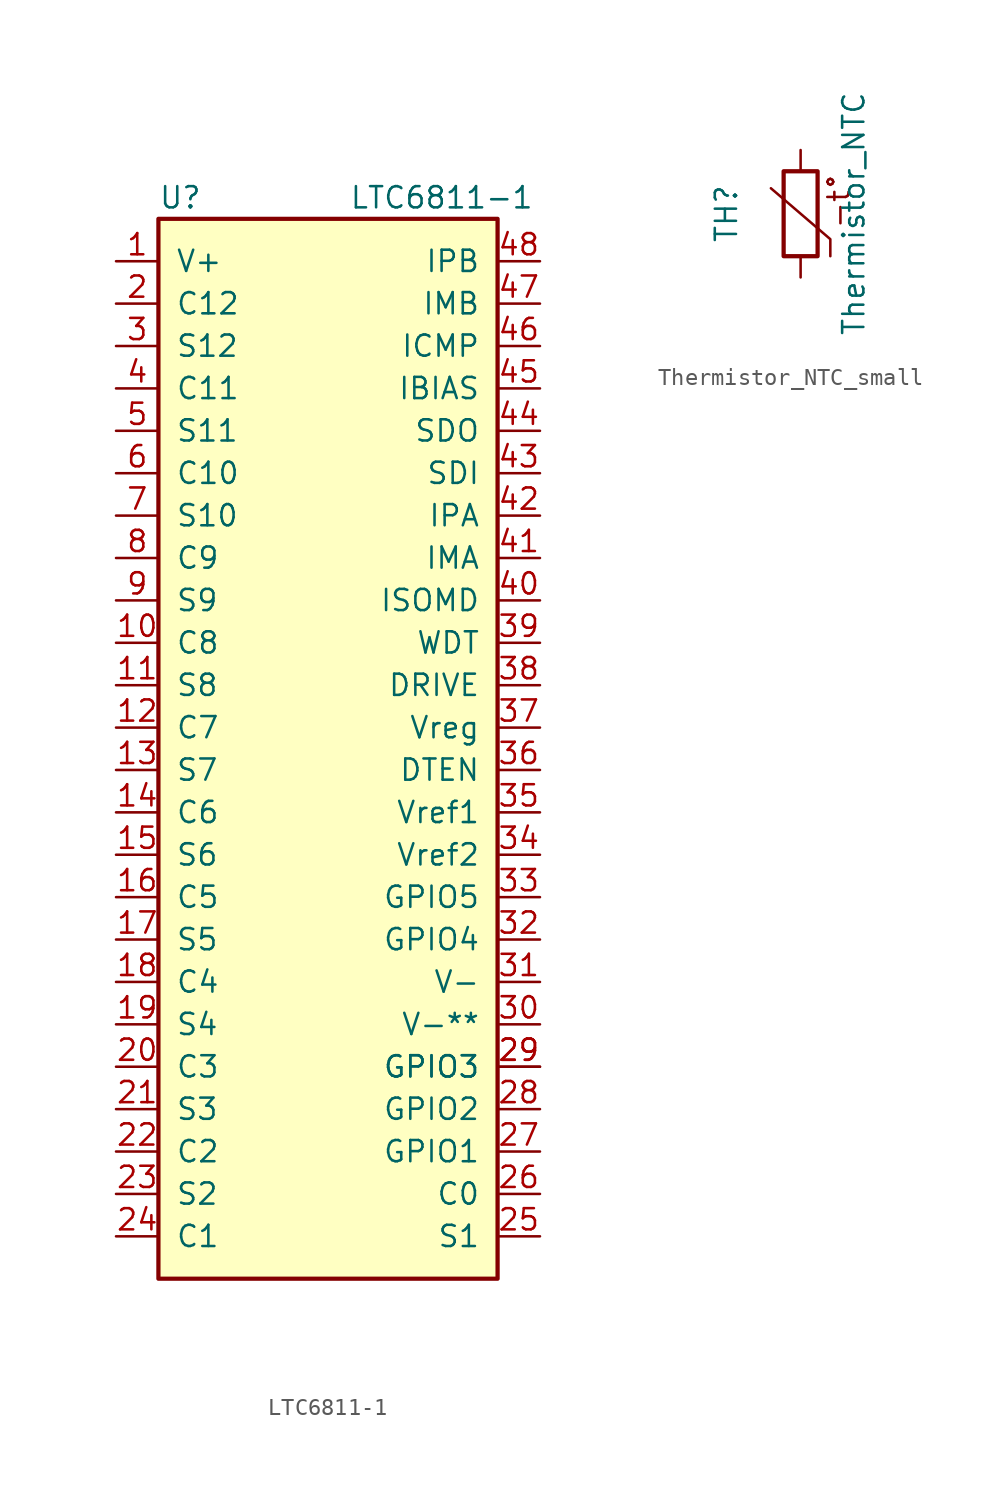
<source format=kicad_sym>
(kicad_symbol_lib
  (version 20231120)
  (generator "kicad_symbol_editor")
  (generator_version "8.0")
  (symbol "LTC6811-1"
    (pin_names
      (offset 1.016))
    (property "Reference" "U"
      (at -10.16 34.29 0)
      (effects (font (size 1.27 1.27)) (justify left)))
    (property "Value" "LTC6811-1"
      (at 1.27 34.29 0)
      (effects (font (size 1.27 1.27)) (justify left)))
    (symbol "LTC6811-1_0_1"
      (rectangle (start 10.16 -30.48) (end -10.16 33.02) (stroke (width 0.254) (type solid)) (fill (type background))))
    (symbol "LTC6811-1_1_1"
      (pin input line (at -12.7 30.48 0) (length 2.54) (name "V+" (effects (font (size 1.27 1.27)))) (number "1" (effects (font (size 1.27 1.27)))))
      (pin input line (at -12.7 7.62 0) (length 2.54) (name "C8" (effects (font (size 1.27 1.27)))) (number "10" (effects (font (size 1.27 1.27)))))
      (pin input line (at -12.7 5.08 0) (length 2.54) (name "S8" (effects (font (size 1.27 1.27)))) (number "11" (effects (font (size 1.27 1.27)))))
      (pin input line (at -12.7 2.54 0) (length 2.54) (name "C7" (effects (font (size 1.27 1.27)))) (number "12" (effects (font (size 1.27 1.27)))))
      (pin input line (at -12.7 0 0) (length 2.54) (name "S7" (effects (font (size 1.27 1.27)))) (number "13" (effects (font (size 1.27 1.27)))))
      (pin input line (at -12.7 -2.54 0) (length 2.54) (name "C6" (effects (font (size 1.27 1.27)))) (number "14" (effects (font (size 1.27 1.27)))))
      (pin input line (at -12.7 -5.08 0) (length 2.54) (name "S6" (effects (font (size 1.27 1.27)))) (number "15" (effects (font (size 1.27 1.27)))))
      (pin input line (at -12.7 -7.62 0) (length 2.54) (name "C5" (effects (font (size 1.27 1.27)))) (number "16" (effects (font (size 1.27 1.27)))))
      (pin input line (at -12.7 -10.16 0) (length 2.54) (name "S5" (effects (font (size 1.27 1.27)))) (number "17" (effects (font (size 1.27 1.27)))))
      (pin input line (at -12.7 -12.7 0) (length 2.54) (name "C4" (effects (font (size 1.27 1.27)))) (number "18" (effects (font (size 1.27 1.27)))))
      (pin input line (at -12.7 -15.24 0) (length 2.54) (name "S4" (effects (font (size 1.27 1.27)))) (number "19" (effects (font (size 1.27 1.27)))))
      (pin input line (at -12.7 27.94 0) (length 2.54) (name "C12" (effects (font (size 1.27 1.27)))) (number "2" (effects (font (size 1.27 1.27)))))
      (pin input line (at -12.7 -17.78 0) (length 2.54) (name "C3" (effects (font (size 1.27 1.27)))) (number "20" (effects (font (size 1.27 1.27)))))
      (pin input line (at -12.7 -20.32 0) (length 2.54) (name "S3" (effects (font (size 1.27 1.27)))) (number "21" (effects (font (size 1.27 1.27)))))
      (pin input line (at -12.7 -22.86 0) (length 2.54) (name "C2" (effects (font (size 1.27 1.27)))) (number "22" (effects (font (size 1.27 1.27)))))
      (pin input line (at -12.7 -25.4 0) (length 2.54) (name "S2" (effects (font (size 1.27 1.27)))) (number "23" (effects (font (size 1.27 1.27)))))
      (pin input line (at -12.7 -27.94 0) (length 2.54) (name "C1" (effects (font (size 1.27 1.27)))) (number "24" (effects (font (size 1.27 1.27)))))
      (pin input line (at 12.7 -27.94 180) (length 2.54) (name "S1" (effects (font (size 1.27 1.27)))) (number "25" (effects (font (size 1.27 1.27)))))
      (pin bidirectional line (at 12.7 -25.4 180) (length 2.54) (name "C0" (effects (font (size 1.27 1.27)))) (number "26" (effects (font (size 1.27 1.27)))))
      (pin input line (at 12.7 -22.86 180) (length 2.54) (name "GPIO1" (effects (font (size 1.27 1.27)))) (number "27" (effects (font (size 1.27 1.27)))))
      (pin no_connect line (at 0 35.56 270) (length 2.54) hide (name "NC" (effects (font (size 1.27 1.27)))) (number "27" (effects (font (size 1.27 1.27)))))
      (pin input line (at 12.7 -20.32 180) (length 2.54) (name "GPIO2" (effects (font (size 1.27 1.27)))) (number "28" (effects (font (size 1.27 1.27)))))
      (pin input line (at 12.7 -17.78 180) (length 2.54) (name "GPIO3" (effects (font (size 1.27 1.27)))) (number "29" (effects (font (size 1.27 1.27)))))
      (pin input line (at 12.7 -17.78 180) (length 2.54) (name "GPIO3" (effects (font (size 1.27 1.27)))) (number "29" (effects (font (size 1.27 1.27)))))
      (pin input line (at -12.7 25.4 0) (length 2.54) (name "S12" (effects (font (size 1.27 1.27)))) (number "3" (effects (font (size 1.27 1.27)))))
      (pin bidirectional line (at 12.7 -15.24 180) (length 2.54) (name "V-**" (effects (font (size 1.27 1.27)))) (number "30" (effects (font (size 1.27 1.27)))))
      (pin bidirectional line (at 12.7 -12.7 180) (length 2.54) (name "V-" (effects (font (size 1.27 1.27)))) (number "31" (effects (font (size 1.27 1.27)))))
      (pin input line (at 12.7 -10.16 180) (length 2.54) (name "GPIO4" (effects (font (size 1.27 1.27)))) (number "32" (effects (font (size 1.27 1.27)))))
      (pin input line (at 12.7 -7.62 180) (length 2.54) (name "GPIO5" (effects (font (size 1.27 1.27)))) (number "33" (effects (font (size 1.27 1.27)))))
      (pin no_connect line (at -2.54 35.56 270) (length 2.54) hide (name "NC" (effects (font (size 1.27 1.27)))) (number "33" (effects (font (size 1.27 1.27)))))
      (pin input line (at 12.7 -5.08 180) (length 2.54) (name "Vref2" (effects (font (size 1.27 1.27)))) (number "34" (effects (font (size 1.27 1.27)))))
      (pin input line (at 12.7 -2.54 180) (length 2.54) (name "Vref1" (effects (font (size 1.27 1.27)))) (number "35" (effects (font (size 1.27 1.27)))))
      (pin input line (at 12.7 0 180) (length 2.54) (name "DTEN" (effects (font (size 1.27 1.27)))) (number "36" (effects (font (size 1.27 1.27)))))
      (pin input line (at 12.7 2.54 180) (length 2.54) (name "Vreg" (effects (font (size 1.27 1.27)))) (number "37" (effects (font (size 1.27 1.27)))))
      (pin input line (at 12.7 5.08 180) (length 2.54) (name "DRIVE" (effects (font (size 1.27 1.27)))) (number "38" (effects (font (size 1.27 1.27)))))
      (pin input line (at 12.7 7.62 180) (length 2.54) (name "WDT" (effects (font (size 1.27 1.27)))) (number "39" (effects (font (size 1.27 1.27)))))
      (pin input line (at -12.7 22.86 0) (length 2.54) (name "C11" (effects (font (size 1.27 1.27)))) (number "4" (effects (font (size 1.27 1.27)))))
      (pin input line (at 12.7 10.16 180) (length 2.54) (name "ISOMD" (effects (font (size 1.27 1.27)))) (number "40" (effects (font (size 1.27 1.27)))))
      (pin input line (at 12.7 12.7 180) (length 2.54) (name "IMA" (effects (font (size 1.27 1.27)))) (number "41" (effects (font (size 1.27 1.27)))))
      (pin input line (at 12.7 15.24 180) (length 2.54) (name "IPA" (effects (font (size 1.27 1.27)))) (number "42" (effects (font (size 1.27 1.27)))))
      (pin open_collector line (at 12.7 17.78 180) (length 2.54) (name "SDI" (effects (font (size 1.27 1.27)))) (number "43" (effects (font (size 1.27 1.27)))))
      (pin input line (at 12.7 20.32 180) (length 2.54) (name "SDO" (effects (font (size 1.27 1.27)))) (number "44" (effects (font (size 1.27 1.27)))))
      (pin input line (at 12.7 22.86 180) (length 2.54) (name "IBIAS" (effects (font (size 1.27 1.27)))) (number "45" (effects (font (size 1.27 1.27)))))
      (pin input line (at 12.7 25.4 180) (length 2.54) (name "ICMP" (effects (font (size 1.27 1.27)))) (number "46" (effects (font (size 1.27 1.27)))))
      (pin input line (at 12.7 27.94 180) (length 2.54) (name "IMB" (effects (font (size 1.27 1.27)))) (number "47" (effects (font (size 1.27 1.27)))))
      (pin input line (at 12.7 30.48 180) (length 2.54) (name "IPB" (effects (font (size 1.27 1.27)))) (number "48" (effects (font (size 1.27 1.27)))))
      (pin input line (at -12.7 20.32 0) (length 2.54) (name "S11" (effects (font (size 1.27 1.27)))) (number "5" (effects (font (size 1.27 1.27)))))
      (pin input line (at -12.7 17.78 0) (length 2.54) (name "C10" (effects (font (size 1.27 1.27)))) (number "6" (effects (font (size 1.27 1.27)))))
      (pin input line (at -12.7 15.24 0) (length 2.54) (name "S10" (effects (font (size 1.27 1.27)))) (number "7" (effects (font (size 1.27 1.27)))))
      (pin input line (at -12.7 12.7 0) (length 2.54) (name "C9" (effects (font (size 1.27 1.27)))) (number "8" (effects (font (size 1.27 1.27)))))
      (pin input line (at -12.7 10.16 0) (length 2.54) (name "S9" (effects (font (size 1.27 1.27)))) (number "9" (effects (font (size 1.27 1.27)))))))
  (symbol "Thermistor_NTC_small"
    (pin_numbers hide)
    (pin_names
      (offset 0))
    (property "Reference" "TH"
      (at -4.445 0 90)
      (effects (font (size 1.27 1.27))))
    (property "Value" "Thermistor_NTC"
      (at 3.175 0 90)
      (effects (font (size 1.27 1.27))))
    (symbol "Thermistor_NTC_small_0_1"
      (rectangle (start -1.016 2.54) (end 1.016 -2.54) (stroke (width 0.254) (type default)) (fill (type none)))
      (polyline (pts (xy -1.778 1.524) (xy -1.778 1.524) (xy 1.778 -1.524) (xy 1.778 -2.54)) (stroke (width 0) (type default)) (fill (type none))))
    (symbol "Thermistor_NTC_small_1_1"
      (text "-t°" (at 2.286 0.762 900) (effects (font (size 1.27 1.27))))
      (pin passive line (at 0 3.81 270) (length 1.27) (name "~" (effects (font (size 1.27 1.27)))) (number "1" (effects (font (size 1.27 1.27)))))
      (pin passive line (at 0 -3.81 90) (length 1.27) (name "~" (effects (font (size 1.27 1.27)))) (number "2" (effects (font (size 1.27 1.27))))))))
</source>
